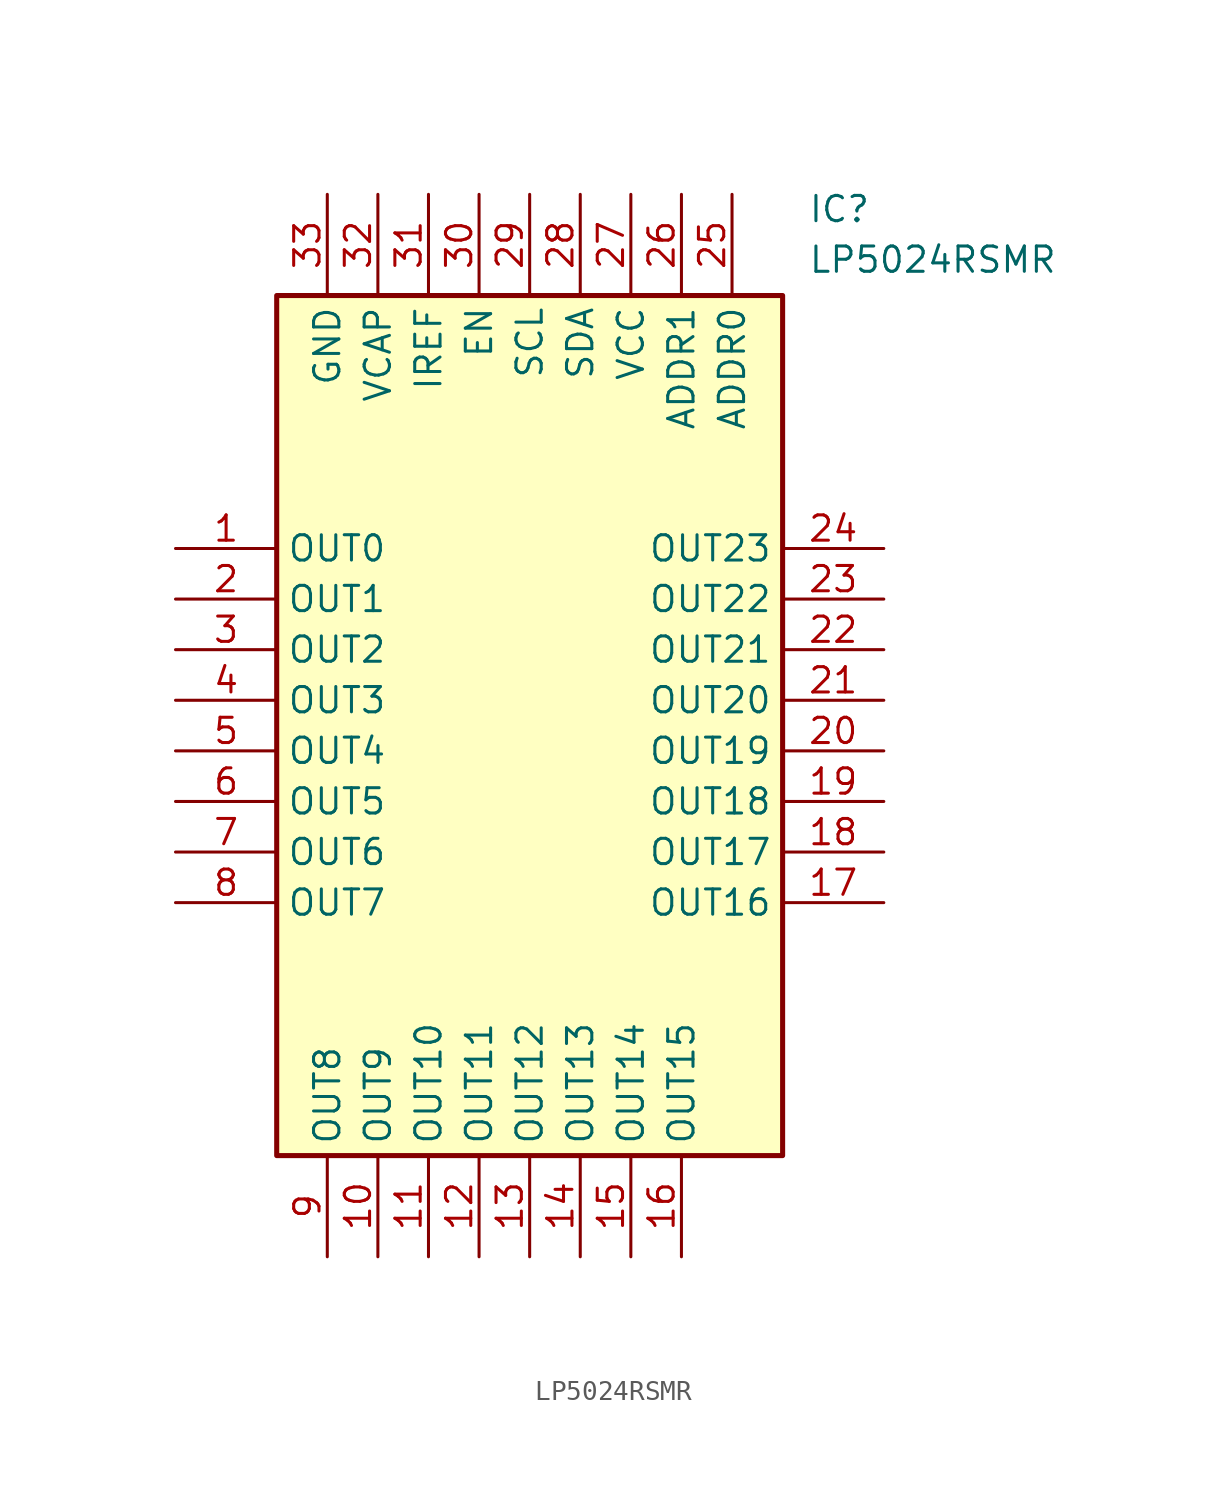
<source format=kicad_sym>
(kicad_symbol_lib
  (version 20211014)
  (generator SamacSys_ECAD_Model)
  (symbol "LP5024RSMR"
    (property "Reference" "IC"
      (at 31.75 17.78 0)
      (effects (font (size 1.27 1.27)) (justify left top)))
    (property "Value" "LP5024RSMR"
      (at 31.75 15.24 0)
      (effects (font (size 1.27 1.27)) (justify left top)))
    (rectangle
      (start 5.08 12.7)
      (end 30.48 -30.48)
      (stroke (width 0.254) (type default))
      (fill (type background)))
    (pin output line
      (at 0 0 0)
      (length 5.08)
      (name "OUT0" (effects (font (size 1.27 1.27))))
      (number "1" (effects (font (size 1.27 1.27)))))
    (pin output line
      (at 0 -2.54 0)
      (length 5.08)
      (name "OUT1" (effects (font (size 1.27 1.27))))
      (number "2" (effects (font (size 1.27 1.27)))))
    (pin output line
      (at 0 -5.08 0)
      (length 5.08)
      (name "OUT2" (effects (font (size 1.27 1.27))))
      (number "3" (effects (font (size 1.27 1.27)))))
    (pin output line
      (at 0 -7.62 0)
      (length 5.08)
      (name "OUT3" (effects (font (size 1.27 1.27))))
      (number "4" (effects (font (size 1.27 1.27)))))
    (pin output line
      (at 0 -10.16 0)
      (length 5.08)
      (name "OUT4" (effects (font (size 1.27 1.27))))
      (number "5" (effects (font (size 1.27 1.27)))))
    (pin output line
      (at 0 -12.7 0)
      (length 5.08)
      (name "OUT5" (effects (font (size 1.27 1.27))))
      (number "6" (effects (font (size 1.27 1.27)))))
    (pin output line
      (at 0 -15.24 0)
      (length 5.08)
      (name "OUT6" (effects (font (size 1.27 1.27))))
      (number "7" (effects (font (size 1.27 1.27)))))
    (pin output line
      (at 0 -17.78 0)
      (length 5.08)
      (name "OUT7" (effects (font (size 1.27 1.27))))
      (number "8" (effects (font (size 1.27 1.27)))))
    (pin output line
      (at 7.62 -35.56 90)
      (length 5.08)
      (name "OUT8" (effects (font (size 1.27 1.27))))
      (number "9" (effects (font (size 1.27 1.27)))))
    (pin output line
      (at 10.16 -35.56 90)
      (length 5.08)
      (name "OUT9" (effects (font (size 1.27 1.27))))
      (number "10" (effects (font (size 1.27 1.27)))))
    (pin output line
      (at 12.7 -35.56 90)
      (length 5.08)
      (name "OUT10" (effects (font (size 1.27 1.27))))
      (number "11" (effects (font (size 1.27 1.27)))))
    (pin output line
      (at 15.24 -35.56 90)
      (length 5.08)
      (name "OUT11" (effects (font (size 1.27 1.27))))
      (number "12" (effects (font (size 1.27 1.27)))))
    (pin output line
      (at 17.78 -35.56 90)
      (length 5.08)
      (name "OUT12" (effects (font (size 1.27 1.27))))
      (number "13" (effects (font (size 1.27 1.27)))))
    (pin output line
      (at 20.32 -35.56 90)
      (length 5.08)
      (name "OUT13" (effects (font (size 1.27 1.27))))
      (number "14" (effects (font (size 1.27 1.27)))))
    (pin output line
      (at 22.86 -35.56 90)
      (length 5.08)
      (name "OUT14" (effects (font (size 1.27 1.27))))
      (number "15" (effects (font (size 1.27 1.27)))))
    (pin output line
      (at 25.4 -35.56 90)
      (length 5.08)
      (name "OUT15" (effects (font (size 1.27 1.27))))
      (number "16" (effects (font (size 1.27 1.27)))))
    (pin output line
      (at 35.56 0 180)
      (length 5.08)
      (name "OUT23" (effects (font (size 1.27 1.27))))
      (number "24" (effects (font (size 1.27 1.27)))))
    (pin output line
      (at 35.56 -2.54 180)
      (length 5.08)
      (name "OUT22" (effects (font (size 1.27 1.27))))
      (number "23" (effects (font (size 1.27 1.27)))))
    (pin output line
      (at 35.56 -5.08 180)
      (length 5.08)
      (name "OUT21" (effects (font (size 1.27 1.27))))
      (number "22" (effects (font (size 1.27 1.27)))))
    (pin output line
      (at 35.56 -7.62 180)
      (length 5.08)
      (name "OUT20" (effects (font (size 1.27 1.27))))
      (number "21" (effects (font (size 1.27 1.27)))))
    (pin output line
      (at 35.56 -10.16 180)
      (length 5.08)
      (name "OUT19" (effects (font (size 1.27 1.27))))
      (number "20" (effects (font (size 1.27 1.27)))))
    (pin output line
      (at 35.56 -12.7 180)
      (length 5.08)
      (name "OUT18" (effects (font (size 1.27 1.27))))
      (number "19" (effects (font (size 1.27 1.27)))))
    (pin output line
      (at 35.56 -15.24 180)
      (length 5.08)
      (name "OUT17" (effects (font (size 1.27 1.27))))
      (number "18" (effects (font (size 1.27 1.27)))))
    (pin output line
      (at 35.56 -17.78 180)
      (length 5.08)
      (name "OUT16" (effects (font (size 1.27 1.27))))
      (number "17" (effects (font (size 1.27 1.27)))))
    (pin power_in line
      (at 7.62 17.78 270)
      (length 5.08)
      (name "GND" (effects (font (size 1.27 1.27))))
      (number "33" (effects (font (size 1.27 1.27)))))
    (pin power_in line
      (at 10.16 17.78 270)
      (length 5.08)
      (name "VCAP" (effects (font (size 1.27 1.27))))
      (number "32" (effects (font (size 1.27 1.27)))))
    (pin input line
      (at 12.7 17.78 270)
      (length 5.08)
      (name "IREF" (effects (font (size 1.27 1.27))))
      (number "31" (effects (font (size 1.27 1.27)))))
    (pin input line
      (at 15.24 17.78 270)
      (length 5.08)
      (name "EN" (effects (font (size 1.27 1.27))))
      (number "30" (effects (font (size 1.27 1.27)))))
    (pin bidirectional line
      (at 17.78 17.78 270)
      (length 5.08)
      (name "SCL" (effects (font (size 1.27 1.27))))
      (number "29" (effects (font (size 1.27 1.27)))))
    (pin bidirectional line
      (at 20.32 17.78 270)
      (length 5.08)
      (name "SDA" (effects (font (size 1.27 1.27))))
      (number "28" (effects (font (size 1.27 1.27)))))
    (pin power_in line
      (at 22.86 17.78 270)
      (length 5.08)
      (name "VCC" (effects (font (size 1.27 1.27))))
      (number "27" (effects (font (size 1.27 1.27)))))
    (pin input line
      (at 25.4 17.78 270)
      (length 5.08)
      (name "ADDR1" (effects (font (size 1.27 1.27))))
      (number "26" (effects (font (size 1.27 1.27)))))
    (pin input line
      (at 27.94 17.78 270)
      (length 5.08)
      (name "ADDR0" (effects (font (size 1.27 1.27))))
      (number "25" (effects (font (size 1.27 1.27)))))))
</source>
